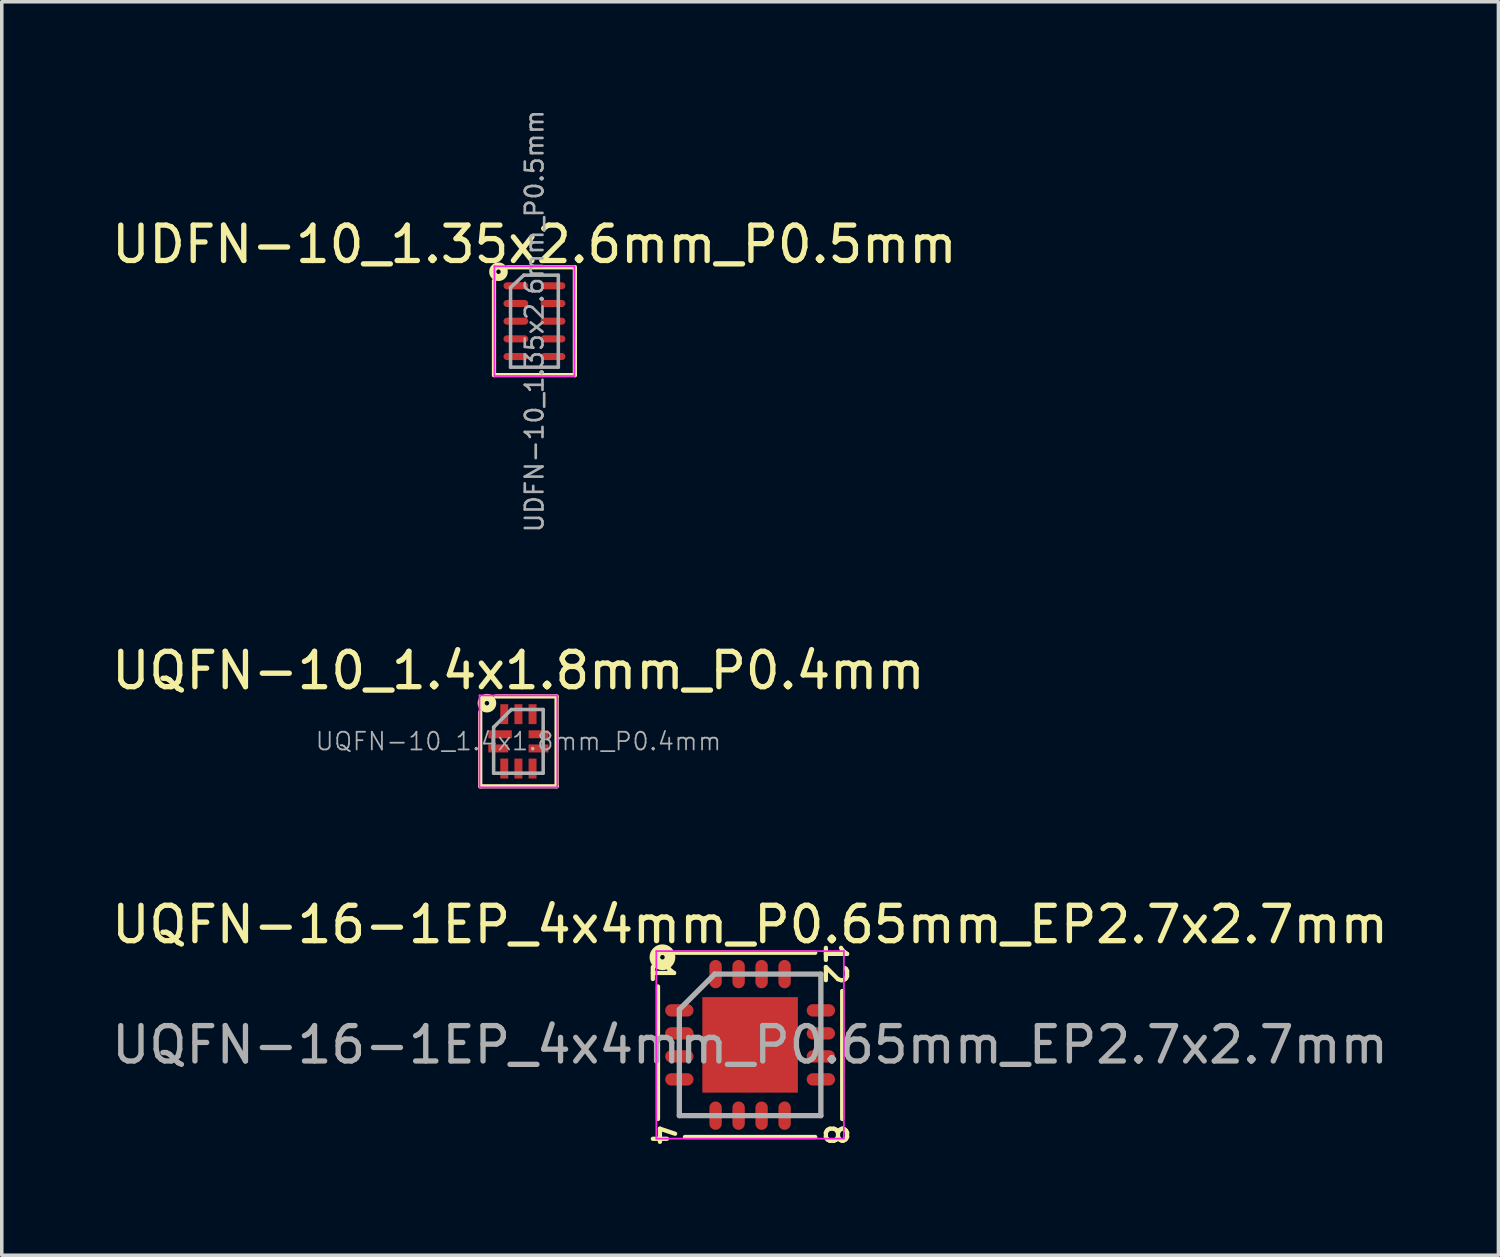
<source format=kicad_pcb>
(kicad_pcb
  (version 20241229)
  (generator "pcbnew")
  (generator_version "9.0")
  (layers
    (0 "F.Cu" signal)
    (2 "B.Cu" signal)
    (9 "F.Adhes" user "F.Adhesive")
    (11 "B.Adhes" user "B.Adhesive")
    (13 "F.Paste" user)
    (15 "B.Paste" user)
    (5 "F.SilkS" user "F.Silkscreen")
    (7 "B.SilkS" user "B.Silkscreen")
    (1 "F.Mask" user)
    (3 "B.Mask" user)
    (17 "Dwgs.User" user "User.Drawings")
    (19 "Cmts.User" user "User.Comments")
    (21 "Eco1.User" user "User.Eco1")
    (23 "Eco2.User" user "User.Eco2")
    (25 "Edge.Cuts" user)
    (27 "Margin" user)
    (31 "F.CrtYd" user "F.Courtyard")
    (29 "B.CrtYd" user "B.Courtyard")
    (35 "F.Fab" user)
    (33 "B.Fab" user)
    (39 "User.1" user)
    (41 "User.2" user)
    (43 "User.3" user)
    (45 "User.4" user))
  (footprint "UDFN-10_1.35x2.6mm_P0.5mm"
    (layer "F.Cu")
    (at 12.054 6.027)
    (property "Reference" "UDFN-10_1.35x2.6mm_P0.5mm" (at 0 -2.17 0) (layer "F.SilkS") (effects (font (size 1 1) (thickness 0.15))))
    (attr smd)
    (fp_line (start -1.143 1.524) (end -1.143 -1.143) (stroke (width 0.12) (type solid)) (layer "F.SilkS"))
    (fp_line (start -0.762 -1.524) (end 1.143 -1.524) (stroke (width 0.12) (type solid)) (layer "F.SilkS"))
    (fp_line (start 1.143 -1.524) (end 1.143 1.524) (stroke (width 0.12) (type solid)) (layer "F.SilkS"))
    (fp_line (start 1.143 1.524) (end -1.143 1.524) (stroke (width 0.12) (type solid)) (layer "F.SilkS"))
    (fp_circle (center -1.016 -1.397) (end -0.953 -1.397) (stroke (width 0.2) (type solid)) (fill no) (layer "F.SilkS"))
    (fp_line (start -1.13 -1.55) (end -1.13 1.55) (stroke (width 0.05) (type solid)) (layer "F.CrtYd"))
    (fp_line (start -1.13 -1.55) (end 1.13 -1.55) (stroke (width 0.05) (type solid)) (layer "F.CrtYd"))
    (fp_line (start -1.13 1.55) (end 1.13 1.55) (stroke (width 0.05) (type solid)) (layer "F.CrtYd"))
    (fp_line (start 1.13 -1.55) (end 1.13 1.55) (stroke (width 0.05) (type solid)) (layer "F.CrtYd"))
    (fp_line (start -0.675 -0.95) (end -0.3 -1.3) (stroke (width 0.1) (type solid)) (layer "F.Fab"))
    (fp_line (start -0.675 1.3) (end -0.675 -0.95) (stroke (width 0.1) (type solid)) (layer "F.Fab"))
    (fp_line (start -0.3 -1.3) (end 0.675 -1.3) (stroke (width 0.1) (type solid)) (layer "F.Fab"))
    (fp_line (start 0.675 -1.3) (end 0.675 1.3) (stroke (width 0.1) (type solid)) (layer "F.Fab"))
    (fp_line (start 0.675 1.3) (end -0.675 1.3) (stroke (width 0.1) (type solid)) (layer "F.Fab"))
    (fp_text user "${REFERENCE}" (at 0 0 90) (layer "F.Fab") (effects (font (size 0.5 0.5) (thickness 0.075))))
    (pad "1" smd oval (at -0.525 -1) (size 0.7 0.2) (layers "F.Cu" "F.Mask" "F.Paste"))
    (pad "2" smd oval (at -0.525 -0.5) (size 0.7 0.2) (layers "F.Cu" "F.Mask" "F.Paste"))
    (pad "3" smd oval (at -0.525 0) (size 0.7 0.2) (layers "F.Cu" "F.Mask" "F.Paste"))
    (pad "4" smd oval (at -0.525 0.5) (size 0.7 0.2) (layers "F.Cu" "F.Mask" "F.Paste"))
    (pad "5" smd oval (at -0.525 1) (size 0.7 0.2) (layers "F.Cu" "F.Mask" "F.Paste"))
    (pad "6" smd oval (at 0.525 1) (size 0.7 0.2) (layers "F.Cu" "F.Mask" "F.Paste"))
    (pad "7" smd oval (at 0.525 0.5) (size 0.7 0.2) (layers "F.Cu" "F.Mask" "F.Paste"))
    (pad "8" smd oval (at 0.525 0) (size 0.7 0.2) (layers "F.Cu" "F.Mask" "F.Paste"))
    (pad "9" smd oval (at 0.525 -0.5) (size 0.7 0.2) (layers "F.Cu" "F.Mask" "F.Paste"))
    (pad "10" smd oval (at 0.525 -1) (size 0.7 0.2) (layers "F.Cu" "F.Mask" "F.Paste")))
  (footprint "UQFN-10_1.4x1.8mm_P0.4mm"
    (layer "F.Cu")
    (at 11.601 17.902)
    (property "Reference" "UQFN-10_1.4x1.8mm_P0.4mm" (at 0 -2 0) (layer "F.SilkS") (effects (font (size 1 1) (thickness 0.15))))
    (attr smd)
    (fp_line (start -1.079 1.27) (end -1.079 -0.826) (stroke (width 0.12) (type solid)) (layer "F.SilkS"))
    (fp_line (start -0.635 -1.27) (end 1.079 -1.27) (stroke (width 0.12) (type solid)) (layer "F.SilkS"))
    (fp_line (start 1.079 -1.27) (end 1.079 1.27) (stroke (width 0.12) (type solid)) (layer "F.SilkS"))
    (fp_line (start 1.079 1.27) (end -1.079 1.27) (stroke (width 0.12) (type solid)) (layer "F.SilkS"))
    (fp_circle (center -0.889 -1.079) (end -0.826 -1.079) (stroke (width 0.2) (type solid)) (fill no) (layer "F.SilkS"))
    (fp_line (start -1.1 1.3) (end -1.1 -1.3) (stroke (width 0.05) (type solid)) (layer "F.CrtYd"))
    (fp_line (start -1.1 1.3) (end 1.1 1.3) (stroke (width 0.05) (type solid)) (layer "F.CrtYd"))
    (fp_line (start 1.1 -1.3) (end -1.1 -1.3) (stroke (width 0.05) (type solid)) (layer "F.CrtYd"))
    (fp_line (start 1.1 -1.3) (end 1.1 1.3) (stroke (width 0.05) (type solid)) (layer "F.CrtYd"))
    (fp_line (start -0.7 -0.4) (end -0.7 0.9) (stroke (width 0.1) (type solid)) (layer "F.Fab"))
    (fp_line (start -0.7 0.9) (end 0.7 0.9) (stroke (width 0.1) (type solid)) (layer "F.Fab"))
    (fp_line (start -0.2 -0.9) (end -0.7 -0.4) (stroke (width 0.1) (type solid)) (layer "F.Fab"))
    (fp_line (start -0.2 -0.9) (end 0.7 -0.9) (stroke (width 0.1) (type solid)) (layer "F.Fab"))
    (fp_line (start 0.7 -0.9) (end 0.7 0.9) (stroke (width 0.1) (type solid)) (layer "F.Fab"))
    (fp_text user "${REFERENCE}" (at 0 0 0) (layer "F.Fab") (effects (font (size 0.5 0.5) (thickness 0.05))))
    (pad "1" smd rect (at -0.518 -0.2) (size 0.663 0.225) (layers "F.Cu" "F.Mask" "F.Paste"))
    (pad "2" smd rect (at -0.569 0.2) (size 0.563 0.225) (layers "F.Cu" "F.Mask" "F.Paste"))
    (pad "3" smd rect (at -0.4 0.768) (size 0.225 0.563) (layers "F.Cu" "F.Mask" "F.Paste"))
    (pad "4" smd rect (at 0 0.768) (size 0.225 0.563) (layers "F.Cu" "F.Mask" "F.Paste"))
    (pad "5" smd rect (at 0.4 0.768) (size 0.225 0.563) (layers "F.Cu" "F.Mask" "F.Paste"))
    (pad "6" smd rect (at 0.569 0.2) (size 0.563 0.225) (layers "F.Cu" "F.Mask" "F.Paste"))
    (pad "7" smd rect (at 0.569 -0.2) (size 0.563 0.225) (layers "F.Cu" "F.Mask" "F.Paste"))
    (pad "8" smd rect (at 0.4 -0.768) (size 0.225 0.563) (layers "F.Cu" "F.Mask" "F.Paste"))
    (pad "9" smd rect (at 0 -0.768) (size 0.225 0.563) (layers "F.Cu" "F.Mask" "F.Paste"))
    (pad "10" smd rect (at -0.4 -0.768) (size 0.225 0.563) (layers "F.Cu" "F.Mask" "F.Paste")))
  (footprint "UQFN-16-1EP_4x4mm_P0.65mm_EP2.7x2.7mm"
    (layer "F.Cu")
    (at 18.149 26.48)
    (property "Reference" "UQFN-16-1EP_4x4mm_P0.65mm_EP2.7x2.7mm" (at 0 -3.4 0) (layer "F.SilkS") (effects (font (size 1 1) (thickness 0.15))))
    (attr smd)
    (fp_line (start -2.603 -1.651) (end -2.603 2.095) (stroke (width 0.12) (type solid)) (layer "F.SilkS"))
    (fp_line (start -1.841 2.603) (end 1.841 2.603) (stroke (width 0.12) (type solid)) (layer "F.SilkS"))
    (fp_line (start 1.841 -2.603) (end -2.095 -2.603) (stroke (width 0.12) (type solid)) (layer "F.SilkS"))
    (fp_line (start 2.603 2.095) (end 2.603 -1.524) (stroke (width 0.12) (type solid)) (layer "F.SilkS"))
    (fp_circle (center -2.477 -2.477) (end -2.413 -2.477) (stroke (width 0.3) (type solid)) (fill no) (layer "F.SilkS"))
    (fp_line (start -2.65 -2.65) (end -2.65 2.65) (stroke (width 0.05) (type solid)) (layer "F.CrtYd"))
    (fp_line (start -2.65 -2.65) (end 2.65 -2.65) (stroke (width 0.05) (type solid)) (layer "F.CrtYd"))
    (fp_line (start -2.65 2.65) (end 2.65 2.65) (stroke (width 0.05) (type solid)) (layer "F.CrtYd"))
    (fp_line (start 2.65 -2.65) (end 2.65 2.65) (stroke (width 0.05) (type solid)) (layer "F.CrtYd"))
    (fp_line (start -2 -1) (end -1 -2) (stroke (width 0.15) (type solid)) (layer "F.Fab"))
    (fp_line (start -2 2) (end -2 -1) (stroke (width 0.15) (type solid)) (layer "F.Fab"))
    (fp_line (start -1 -2) (end 2 -2) (stroke (width 0.15) (type solid)) (layer "F.Fab"))
    (fp_line (start 2 -2) (end 2 2) (stroke (width 0.15) (type solid)) (layer "F.Fab"))
    (fp_line (start 2 2) (end -2 2) (stroke (width 0.15) (type solid)) (layer "F.Fab"))
    (fp_text user "4" (at -2.477 2.54 270) (unlocked yes) (layer "F.SilkS") (effects (font (size 0.6 0.6) (thickness 0.12))))
    (fp_text user "1" (at -2.477 -2.032 270) (unlocked yes) (layer "F.SilkS") (effects (font (size 0.6 0.6) (thickness 0.12))))
    (fp_text user "8" (at 2.413 2.54 270) (unlocked yes) (layer "F.SilkS") (effects (font (size 0.6 0.6) (thickness 0.12))))
    (fp_text user "12" (at 2.413 -2.286 270) (unlocked yes) (layer "F.SilkS") (effects (font (size 0.6 0.6) (thickness 0.12))))
    (fp_text user "${REFERENCE}" (at 0 0 0) (layer "F.Fab") (effects (font (size 1 1) (thickness 0.15))))
    (pad "" smd rect (at -0.675 -0.675) (size 1.09 1.09) (layers "F.Paste"))
    (pad "" smd rect (at -0.675 0.675) (size 1.09 1.09) (layers "F.Paste"))
    (pad "" smd rect (at 0.675 -0.675) (size 1.09 1.09) (layers "F.Paste"))
    (pad "" smd rect (at 0.675 0.675) (size 1.09 1.09) (layers "F.Paste"))
    (pad "1" smd oval (at -2 -0.975) (size 0.8 0.35) (layers "F.Cu" "F.Mask" "F.Paste"))
    (pad "2" smd oval (at -2 -0.325) (size 0.8 0.35) (layers "F.Cu" "F.Mask" "F.Paste"))
    (pad "3" smd oval (at -2 0.325) (size 0.8 0.35) (layers "F.Cu" "F.Mask" "F.Paste"))
    (pad "4" smd oval (at -2 0.975) (size 0.8 0.35) (layers "F.Cu" "F.Mask" "F.Paste"))
    (pad "5" smd oval (at -0.975 2 90) (size 0.8 0.35) (layers "F.Cu" "F.Mask" "F.Paste"))
    (pad "6" smd oval (at -0.325 2 90) (size 0.8 0.35) (layers "F.Cu" "F.Mask" "F.Paste"))
    (pad "7" smd oval (at 0.325 2 90) (size 0.8 0.35) (layers "F.Cu" "F.Mask" "F.Paste"))
    (pad "8" smd oval (at 0.975 2 90) (size 0.8 0.35) (layers "F.Cu" "F.Mask" "F.Paste"))
    (pad "9" smd oval (at 2 0.975) (size 0.8 0.35) (layers "F.Cu" "F.Mask" "F.Paste"))
    (pad "10" smd oval (at 2 0.325) (size 0.8 0.35) (layers "F.Cu" "F.Mask" "F.Paste"))
    (pad "11" smd oval (at 2 -0.325) (size 0.8 0.35) (layers "F.Cu" "F.Mask" "F.Paste"))
    (pad "12" smd oval (at 2 -0.975) (size 0.8 0.35) (layers "F.Cu" "F.Mask" "F.Paste"))
    (pad "13" smd oval (at 0.975 -2 90) (size 0.8 0.35) (layers "F.Cu" "F.Mask" "F.Paste"))
    (pad "14" smd oval (at 0.325 -2 90) (size 0.8 0.35) (layers "F.Cu" "F.Mask" "F.Paste"))
    (pad "15" smd oval (at -0.325 -2 90) (size 0.8 0.35) (layers "F.Cu" "F.Mask" "F.Paste"))
    (pad "16" smd oval (at -0.975 -2 90) (size 0.8 0.35) (layers "F.Cu" "F.Mask" "F.Paste"))
    (pad "17" smd rect (at 0 0) (size 2.7 2.7) (layers "F.Cu" "F.Mask")))
  (gr_rect
    (start -3 -3)
    (end 39.298 32.426)
    (stroke (width 0.1) (type default))
    (fill no)
    (layer "Edge.Cuts")))
</source>
